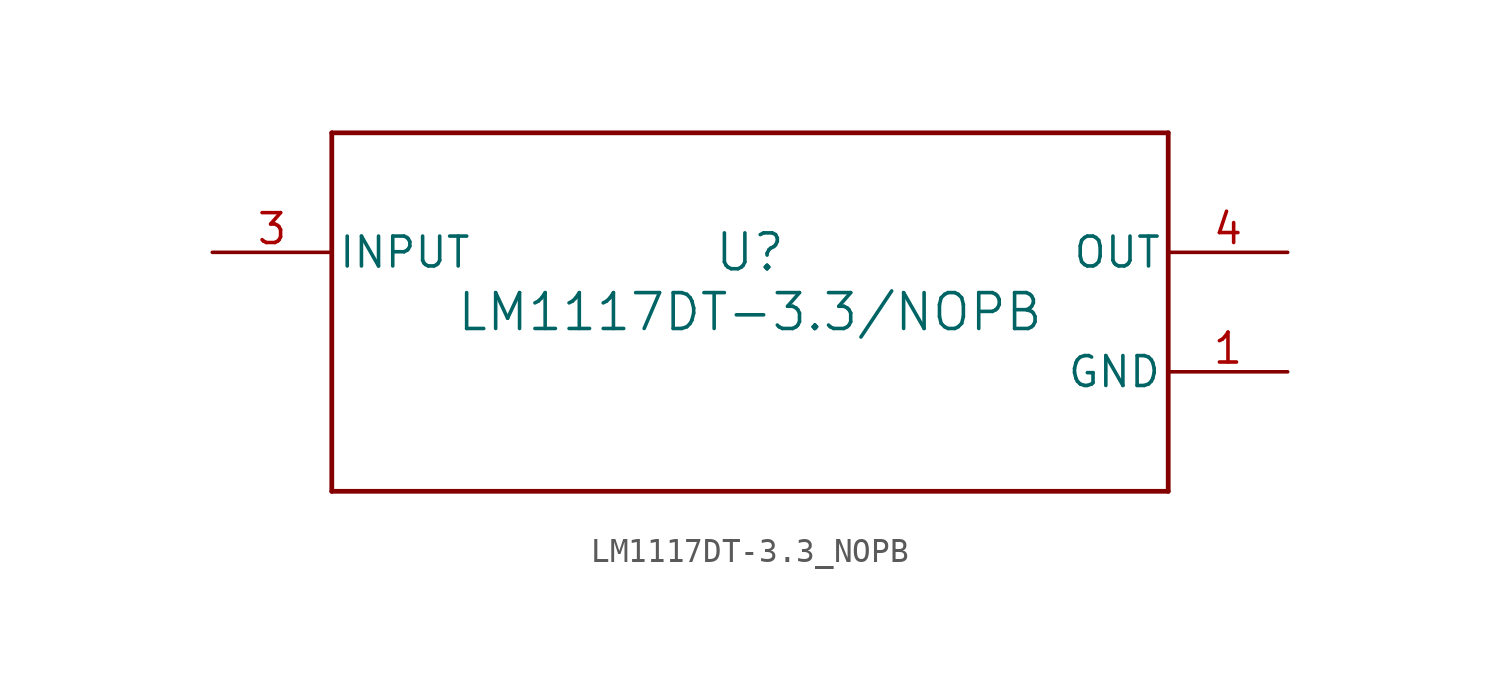
<source format=kicad_sym>
(kicad_symbol_lib
  (version 20211014)
  (generator kicad_symbol_editor)
  (symbol "LM1117DT-3.3_NOPB"
    (pin_names
      (offset 0.254))
    (property "Reference" "U"
      (at 0 2.54 0)
      (effects (font (size 1.524 1.524))))
    (property "Value" "LM1117DT-3.3/NOPB"
      (at 0 0 0)
      (effects (font (size 1.524 1.524))))
    (symbol "LM1117DT-3.3_NOPB_0_1"
      (polyline (pts (xy -17.78 -7.62) (xy 17.78 -7.62)) (stroke (width 0.203) (type default) (color 0 0 0 0)) (fill (type none)))
      (polyline (pts (xy 17.78 -7.62) (xy 17.78 7.62)) (stroke (width 0.203) (type default) (color 0 0 0 0)) (fill (type none)))
      (polyline (pts (xy 17.78 7.62) (xy -17.78 7.62)) (stroke (width 0.203) (type default) (color 0 0 0 0)) (fill (type none)))
      (polyline (pts (xy -17.78 7.62) (xy -17.78 -7.62)) (stroke (width 0.203) (type default) (color 0 0 0 0)) (fill (type none)))
      (pin power_in line (at 22.86 -2.54 180) (length 5.08) (name "GND" (effects (font (size 1.27 1.27)))) (number "1" (effects (font (size 1.27 1.27)))))
      (pin power_in line (at -22.86 2.54 0) (length 5.08) (name "INPUT" (effects (font (size 1.27 1.27)))) (number "3" (effects (font (size 1.27 1.27)))))
      (pin power_in line (at 22.86 2.54 180) (length 5.08) (name "OUT" (effects (font (size 1.27 1.27)))) (number "4" (effects (font (size 1.27 1.27))))))))
</source>
